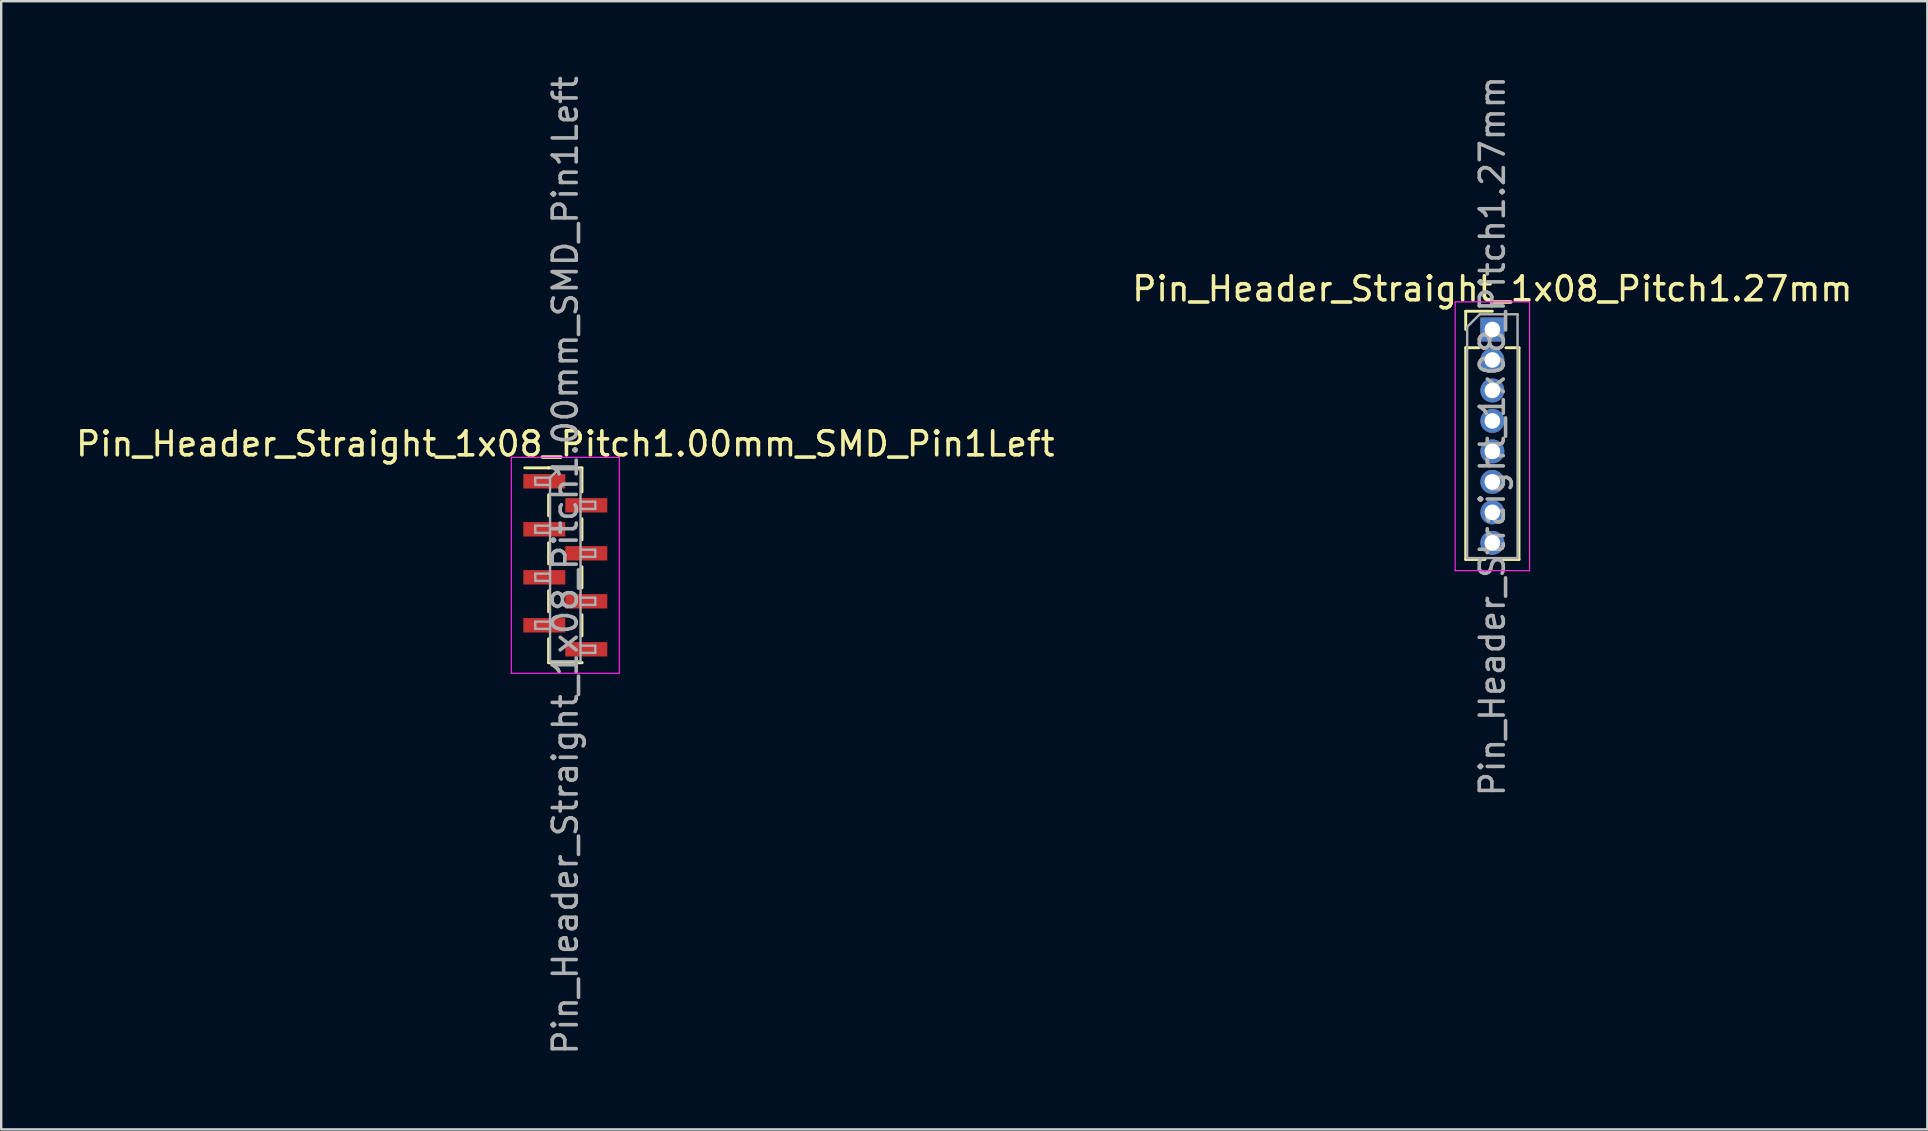
<source format=kicad_pcb>
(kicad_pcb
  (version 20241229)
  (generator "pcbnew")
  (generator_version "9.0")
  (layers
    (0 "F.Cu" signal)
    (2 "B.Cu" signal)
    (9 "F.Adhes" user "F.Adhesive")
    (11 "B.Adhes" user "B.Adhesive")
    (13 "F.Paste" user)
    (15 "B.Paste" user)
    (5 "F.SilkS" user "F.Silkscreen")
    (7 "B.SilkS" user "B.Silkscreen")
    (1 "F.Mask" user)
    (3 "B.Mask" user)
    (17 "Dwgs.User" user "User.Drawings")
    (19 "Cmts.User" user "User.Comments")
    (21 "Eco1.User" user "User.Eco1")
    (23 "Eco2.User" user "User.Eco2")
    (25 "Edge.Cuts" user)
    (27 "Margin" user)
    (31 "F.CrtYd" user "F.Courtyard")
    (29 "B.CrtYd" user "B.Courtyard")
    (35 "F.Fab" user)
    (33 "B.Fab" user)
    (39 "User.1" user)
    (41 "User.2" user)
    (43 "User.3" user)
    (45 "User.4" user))
  (footprint "Pin_Header_Straight_1x08_Pitch1.27mm"
    (layer "F.Cu")
    (at 59.137 10.68)
    (property "Reference" "Pin_Header_Straight_1x08_Pitch1.27mm" (at 0 -1.695 0) (layer "F.SilkS") (effects (font (size 1 1) (thickness 0.15))))
    (attr through_hole)
    (fp_line (start -1.11 -0.76) (end 0 -0.76) (stroke (width 0.12) (type solid)) (layer "F.SilkS"))
    (fp_line (start -1.11 0) (end -1.11 -0.76) (stroke (width 0.12) (type solid)) (layer "F.SilkS"))
    (fp_line (start -1.11 0.76) (end -1.11 9.585) (stroke (width 0.12) (type solid)) (layer "F.SilkS"))
    (fp_line (start -1.11 0.76) (end -0.563 0.76) (stroke (width 0.12) (type solid)) (layer "F.SilkS"))
    (fp_line (start -1.11 9.585) (end -0.308 9.585) (stroke (width 0.12) (type solid)) (layer "F.SilkS"))
    (fp_line (start 0.308 9.585) (end 1.11 9.585) (stroke (width 0.12) (type solid)) (layer "F.SilkS"))
    (fp_line (start 0.563 0.76) (end 1.11 0.76) (stroke (width 0.12) (type solid)) (layer "F.SilkS"))
    (fp_line (start 1.11 0.76) (end 1.11 9.585) (stroke (width 0.12) (type solid)) (layer "F.SilkS"))
    (fp_line (start -1.55 -1.15) (end -1.55 10.05) (stroke (width 0.05) (type solid)) (layer "F.CrtYd"))
    (fp_line (start -1.55 10.05) (end 1.55 10.05) (stroke (width 0.05) (type solid)) (layer "F.CrtYd"))
    (fp_line (start 1.55 -1.15) (end -1.55 -1.15) (stroke (width 0.05) (type solid)) (layer "F.CrtYd"))
    (fp_line (start 1.55 10.05) (end 1.55 -1.15) (stroke (width 0.05) (type solid)) (layer "F.CrtYd"))
    (fp_line (start -1.05 -0.11) (end -0.525 -0.635) (stroke (width 0.1) (type solid)) (layer "F.Fab"))
    (fp_line (start -1.05 9.525) (end -1.05 -0.11) (stroke (width 0.1) (type solid)) (layer "F.Fab"))
    (fp_line (start -0.525 -0.635) (end 1.05 -0.635) (stroke (width 0.1) (type solid)) (layer "F.Fab"))
    (fp_line (start 1.05 -0.635) (end 1.05 9.525) (stroke (width 0.1) (type solid)) (layer "F.Fab"))
    (fp_line (start 1.05 9.525) (end -1.05 9.525) (stroke (width 0.1) (type solid)) (layer "F.Fab"))
    (fp_text user "${REFERENCE}" (at 0 4.445 90) (layer "F.Fab") (effects (font (size 1 1) (thickness 0.15))))
    (pad "1" thru_hole rect (at 0 0) (size 1 1) (drill 0.65) (layers "*.Cu" "*.Mask"))
    (pad "2" thru_hole oval (at 0 1.27) (size 1 1) (drill 0.65) (layers "*.Cu" "*.Mask"))
    (pad "3" thru_hole oval (at 0 2.54) (size 1 1) (drill 0.65) (layers "*.Cu" "*.Mask"))
    (pad "4" thru_hole oval (at 0 3.81) (size 1 1) (drill 0.65) (layers "*.Cu" "*.Mask"))
    (pad "5" thru_hole oval (at 0 5.08) (size 1 1) (drill 0.65) (layers "*.Cu" "*.Mask"))
    (pad "6" thru_hole oval (at 0 6.35) (size 1 1) (drill 0.65) (layers "*.Cu" "*.Mask"))
    (pad "7" thru_hole oval (at 0 7.62) (size 1 1) (drill 0.65) (layers "*.Cu" "*.Mask"))
    (pad "8" thru_hole oval (at 0 8.89) (size 1 1) (drill 0.65) (layers "*.Cu" "*.Mask")))
  (footprint "Pin_Header_Straight_1x08_Pitch1.00mm_SMD_Pin1Left"
    (layer "F.Cu")
    (at 20.506 20.506)
    (property "Reference" "Pin_Header_Straight_1x08_Pitch1.00mm_SMD_Pin1Left" (at 0 -5.06 0) (layer "F.SilkS") (effects (font (size 1 1) (thickness 0.15))))
    (attr smd)
    (fp_line (start -0.695 -4.06) (end -1.69 -4.06) (stroke (width 0.12) (type solid)) (layer "F.SilkS"))
    (fp_line (start -0.695 -4.06) (end -0.695 -4.06) (stroke (width 0.12) (type solid)) (layer "F.SilkS"))
    (fp_line (start -0.695 -4.06) (end 0.695 -4.06) (stroke (width 0.12) (type solid)) (layer "F.SilkS"))
    (fp_line (start -0.695 -2.94) (end -0.695 -2.06) (stroke (width 0.12) (type solid)) (layer "F.SilkS"))
    (fp_line (start -0.695 -0.94) (end -0.695 -0.06) (stroke (width 0.12) (type solid)) (layer "F.SilkS"))
    (fp_line (start -0.695 1.06) (end -0.695 1.94) (stroke (width 0.12) (type solid)) (layer "F.SilkS"))
    (fp_line (start -0.695 3.06) (end -0.695 4.06) (stroke (width 0.12) (type solid)) (layer "F.SilkS"))
    (fp_line (start -0.695 4.06) (end 0.695 4.06) (stroke (width 0.12) (type solid)) (layer "F.SilkS"))
    (fp_line (start 0.695 -4.06) (end 0.695 -3.06) (stroke (width 0.12) (type solid)) (layer "F.SilkS"))
    (fp_line (start 0.695 -1.94) (end 0.695 -1.06) (stroke (width 0.12) (type solid)) (layer "F.SilkS"))
    (fp_line (start 0.695 0.06) (end 0.695 0.94) (stroke (width 0.12) (type solid)) (layer "F.SilkS"))
    (fp_line (start 0.695 2.06) (end 0.695 2.94) (stroke (width 0.12) (type solid)) (layer "F.SilkS"))
    (fp_line (start 0.695 4.06) (end 0.695 4.06) (stroke (width 0.12) (type solid)) (layer "F.SilkS"))
    (fp_line (start -2.25 -4.5) (end -2.25 4.5) (stroke (width 0.05) (type solid)) (layer "F.CrtYd"))
    (fp_line (start -2.25 4.5) (end 2.25 4.5) (stroke (width 0.05) (type solid)) (layer "F.CrtYd"))
    (fp_line (start 2.25 -4.5) (end -2.25 -4.5) (stroke (width 0.05) (type solid)) (layer "F.CrtYd"))
    (fp_line (start 2.25 4.5) (end 2.25 -4.5) (stroke (width 0.05) (type solid)) (layer "F.CrtYd"))
    (fp_line (start -1.25 -3.65) (end -1.25 -3.35) (stroke (width 0.1) (type solid)) (layer "F.Fab"))
    (fp_line (start -1.25 -3.35) (end -0.635 -3.35) (stroke (width 0.1) (type solid)) (layer "F.Fab"))
    (fp_line (start -1.25 -1.65) (end -1.25 -1.35) (stroke (width 0.1) (type solid)) (layer "F.Fab"))
    (fp_line (start -1.25 -1.35) (end -0.635 -1.35) (stroke (width 0.1) (type solid)) (layer "F.Fab"))
    (fp_line (start -1.25 0.35) (end -1.25 0.65) (stroke (width 0.1) (type solid)) (layer "F.Fab"))
    (fp_line (start -1.25 0.65) (end -0.635 0.65) (stroke (width 0.1) (type solid)) (layer "F.Fab"))
    (fp_line (start -1.25 2.35) (end -1.25 2.65) (stroke (width 0.1) (type solid)) (layer "F.Fab"))
    (fp_line (start -1.25 2.65) (end -0.635 2.65) (stroke (width 0.1) (type solid)) (layer "F.Fab"))
    (fp_line (start -0.635 -3.65) (end -1.25 -3.65) (stroke (width 0.1) (type solid)) (layer "F.Fab"))
    (fp_line (start -0.635 -3.65) (end -0.285 -4) (stroke (width 0.1) (type solid)) (layer "F.Fab"))
    (fp_line (start -0.635 -1.65) (end -1.25 -1.65) (stroke (width 0.1) (type solid)) (layer "F.Fab"))
    (fp_line (start -0.635 0.35) (end -1.25 0.35) (stroke (width 0.1) (type solid)) (layer "F.Fab"))
    (fp_line (start -0.635 2.35) (end -1.25 2.35) (stroke (width 0.1) (type solid)) (layer "F.Fab"))
    (fp_line (start -0.635 4) (end -0.635 -3.65) (stroke (width 0.1) (type solid)) (layer "F.Fab"))
    (fp_line (start -0.285 -4) (end 0.635 -4) (stroke (width 0.1) (type solid)) (layer "F.Fab"))
    (fp_line (start 0.635 -4) (end 0.635 4) (stroke (width 0.1) (type solid)) (layer "F.Fab"))
    (fp_line (start 0.635 -2.65) (end 1.25 -2.65) (stroke (width 0.1) (type solid)) (layer "F.Fab"))
    (fp_line (start 0.635 -0.65) (end 1.25 -0.65) (stroke (width 0.1) (type solid)) (layer "F.Fab"))
    (fp_line (start 0.635 1.35) (end 1.25 1.35) (stroke (width 0.1) (type solid)) (layer "F.Fab"))
    (fp_line (start 0.635 3.35) (end 1.25 3.35) (stroke (width 0.1) (type solid)) (layer "F.Fab"))
    (fp_line (start 0.635 4) (end -0.635 4) (stroke (width 0.1) (type solid)) (layer "F.Fab"))
    (fp_line (start 1.25 -2.65) (end 1.25 -2.35) (stroke (width 0.1) (type solid)) (layer "F.Fab"))
    (fp_line (start 1.25 -2.35) (end 0.635 -2.35) (stroke (width 0.1) (type solid)) (layer "F.Fab"))
    (fp_line (start 1.25 -0.65) (end 1.25 -0.35) (stroke (width 0.1) (type solid)) (layer "F.Fab"))
    (fp_line (start 1.25 -0.35) (end 0.635 -0.35) (stroke (width 0.1) (type solid)) (layer "F.Fab"))
    (fp_line (start 1.25 1.35) (end 1.25 1.65) (stroke (width 0.1) (type solid)) (layer "F.Fab"))
    (fp_line (start 1.25 1.65) (end 0.635 1.65) (stroke (width 0.1) (type solid)) (layer "F.Fab"))
    (fp_line (start 1.25 3.35) (end 1.25 3.65) (stroke (width 0.1) (type solid)) (layer "F.Fab"))
    (fp_line (start 1.25 3.65) (end 0.635 3.65) (stroke (width 0.1) (type solid)) (layer "F.Fab"))
    (fp_text user "${REFERENCE}" (at 0 0 90) (layer "F.Fab") (effects (font (size 1 1) (thickness 0.15))))
    (pad "1" smd rect (at -0.875 -3.5) (size 1.75 0.6) (layers "F.Cu" "F.Mask" "F.Paste"))
    (pad "2" smd rect (at 0.875 -2.5) (size 1.75 0.6) (layers "F.Cu" "F.Mask" "F.Paste"))
    (pad "3" smd rect (at -0.875 -1.5) (size 1.75 0.6) (layers "F.Cu" "F.Mask" "F.Paste"))
    (pad "4" smd rect (at 0.875 -0.5) (size 1.75 0.6) (layers "F.Cu" "F.Mask" "F.Paste"))
    (pad "5" smd rect (at -0.875 0.5) (size 1.75 0.6) (layers "F.Cu" "F.Mask" "F.Paste"))
    (pad "6" smd rect (at 0.875 1.5) (size 1.75 0.6) (layers "F.Cu" "F.Mask" "F.Paste"))
    (pad "7" smd rect (at -0.875 2.5) (size 1.75 0.6) (layers "F.Cu" "F.Mask" "F.Paste"))
    (pad "8" smd rect (at 0.875 3.5) (size 1.75 0.6) (layers "F.Cu" "F.Mask" "F.Paste")))
  (gr_rect
    (start -3 -3)
    (end 77.262 44.012)
    (stroke (width 0.1) (type default))
    (fill no)
    (layer "Edge.Cuts")))
</source>
